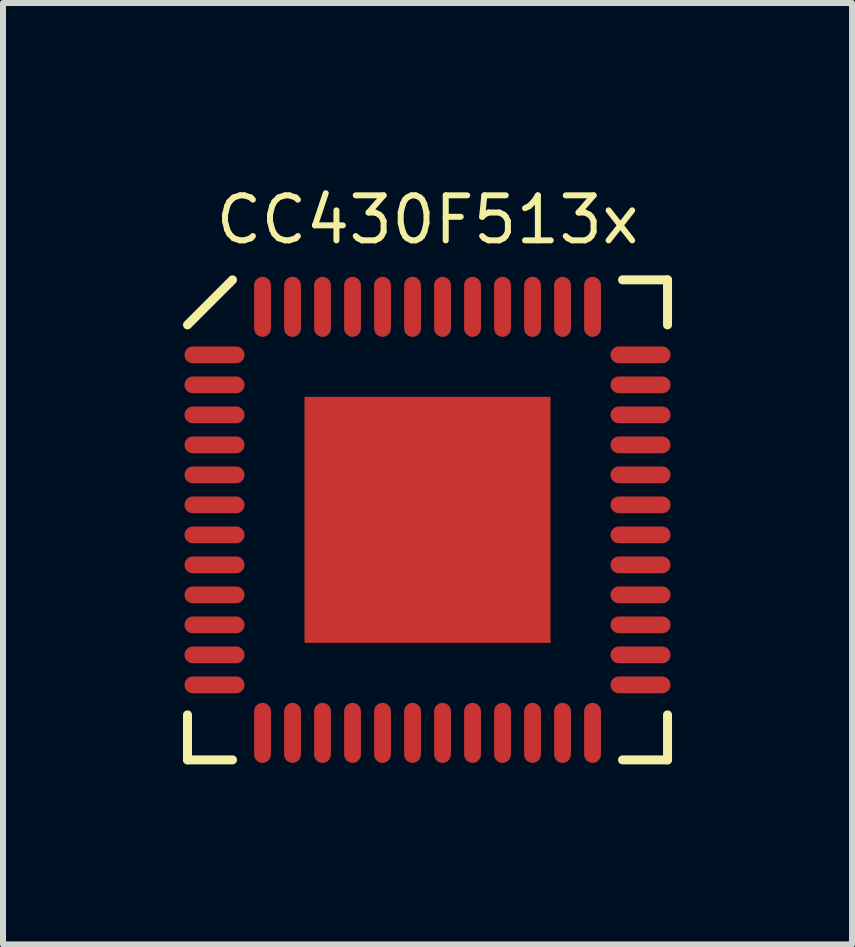
<source format=kicad_pcb>
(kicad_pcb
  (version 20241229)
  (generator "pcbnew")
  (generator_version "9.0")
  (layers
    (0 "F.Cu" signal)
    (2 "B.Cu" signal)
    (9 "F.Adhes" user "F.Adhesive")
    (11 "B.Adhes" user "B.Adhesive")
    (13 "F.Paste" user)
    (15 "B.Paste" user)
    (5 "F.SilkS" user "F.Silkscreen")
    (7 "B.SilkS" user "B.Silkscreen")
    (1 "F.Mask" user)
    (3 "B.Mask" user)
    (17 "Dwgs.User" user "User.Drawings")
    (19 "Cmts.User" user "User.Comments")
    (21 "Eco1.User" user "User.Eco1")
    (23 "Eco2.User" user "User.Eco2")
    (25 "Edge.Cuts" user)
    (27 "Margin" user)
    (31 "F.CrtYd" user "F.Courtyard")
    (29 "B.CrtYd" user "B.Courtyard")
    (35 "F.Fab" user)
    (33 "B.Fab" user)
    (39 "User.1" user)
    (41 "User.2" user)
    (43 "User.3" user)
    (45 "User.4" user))
  (footprint "CC430F513x"
    (layer "F.Cu")
    (at 4.075 5.614)
    (property "Reference" "CC430F513x" (at 0 -5 0) (layer "F.SilkS") (effects (font (size 0.75 0.75) (thickness 0.1))))
    (attr through_hole)
    (fp_line (start -4 -3.25) (end -3.25 -4) (stroke (width 0.15) (type solid)) (layer "F.SilkS"))
    (fp_line (start -4 4) (end -4 3.25) (stroke (width 0.15) (type solid)) (layer "F.SilkS"))
    (fp_line (start -3.25 4) (end -4 4) (stroke (width 0.15) (type solid)) (layer "F.SilkS"))
    (fp_line (start 3.25 -4) (end 4 -4) (stroke (width 0.15) (type solid)) (layer "F.SilkS"))
    (fp_line (start 3.25 4) (end 4 4) (stroke (width 0.15) (type solid)) (layer "F.SilkS"))
    (fp_line (start 4 -4) (end 4 -3.25) (stroke (width 0.15) (type solid)) (layer "F.SilkS"))
    (fp_line (start 4 4) (end 4 3.25) (stroke (width 0.15) (type solid)) (layer "F.SilkS"))
    (pad "1" smd oval (at -3.55 -2.75 90) (size 0.28 1) (layers "F.Cu" "F.Mask" "F.Paste"))
    (pad "2" smd oval (at -3.55 -2.25 90) (size 0.28 1) (layers "F.Cu" "F.Mask" "F.Paste"))
    (pad "3" smd oval (at -3.55 -1.75 90) (size 0.28 1) (layers "F.Cu" "F.Mask" "F.Paste"))
    (pad "4" smd oval (at -3.55 -1.25 90) (size 0.28 1) (layers "F.Cu" "F.Mask" "F.Paste"))
    (pad "5" smd oval (at -3.55 -0.75 90) (size 0.28 1) (layers "F.Cu" "F.Mask" "F.Paste"))
    (pad "6" smd oval (at -3.55 -0.25 90) (size 0.28 1) (layers "F.Cu" "F.Mask" "F.Paste"))
    (pad "7" smd oval (at -3.55 0.25 90) (size 0.28 1) (layers "F.Cu" "F.Mask" "F.Paste"))
    (pad "8" smd oval (at -3.55 0.75 90) (size 0.28 1) (layers "F.Cu" "F.Mask" "F.Paste"))
    (pad "9" smd oval (at -3.55 1.25 90) (size 0.28 1) (layers "F.Cu" "F.Mask" "F.Paste"))
    (pad "10" smd oval (at -3.55 1.75 90) (size 0.28 1) (layers "F.Cu" "F.Mask" "F.Paste"))
    (pad "11" smd oval (at -3.55 2.25 90) (size 0.28 1) (layers "F.Cu" "F.Mask" "F.Paste"))
    (pad "12" smd oval (at -3.55 2.75 90) (size 0.28 1) (layers "F.Cu" "F.Mask" "F.Paste"))
    (pad "13" smd oval (at -2.75 3.55 180) (size 0.28 1) (layers "F.Cu" "F.Mask" "F.Paste"))
    (pad "14" smd oval (at -2.25 3.55 180) (size 0.28 1) (layers "F.Cu" "F.Mask" "F.Paste"))
    (pad "15" smd oval (at -1.75 3.55 180) (size 0.28 1) (layers "F.Cu" "F.Mask" "F.Paste"))
    (pad "16" smd oval (at -1.25 3.55 180) (size 0.28 1) (layers "F.Cu" "F.Mask" "F.Paste"))
    (pad "17" smd oval (at -0.75 3.55 180) (size 0.28 1) (layers "F.Cu" "F.Mask" "F.Paste"))
    (pad "18" smd oval (at -0.25 3.55 180) (size 0.28 1) (layers "F.Cu" "F.Mask" "F.Paste"))
    (pad "19" smd oval (at 0.25 3.55 180) (size 0.28 1) (layers "F.Cu" "F.Mask" "F.Paste"))
    (pad "20" smd oval (at 0.75 3.55 180) (size 0.28 1) (layers "F.Cu" "F.Mask" "F.Paste"))
    (pad "21" smd oval (at 1.25 3.55 180) (size 0.28 1) (layers "F.Cu" "F.Mask" "F.Paste"))
    (pad "22" smd oval (at 1.75 3.55 180) (size 0.28 1) (layers "F.Cu" "F.Mask" "F.Paste"))
    (pad "23" smd oval (at 2.25 3.55 180) (size 0.28 1) (layers "F.Cu" "F.Mask" "F.Paste"))
    (pad "24" smd oval (at 2.75 3.55 180) (size 0.28 1) (layers "F.Cu" "F.Mask" "F.Paste"))
    (pad "25" smd oval (at 3.55 2.75 270) (size 0.28 1) (layers "F.Cu" "F.Mask" "F.Paste"))
    (pad "26" smd oval (at 3.55 2.25 270) (size 0.28 1) (layers "F.Cu" "F.Mask" "F.Paste"))
    (pad "27" smd oval (at 3.55 1.75 270) (size 0.28 1) (layers "F.Cu" "F.Mask" "F.Paste"))
    (pad "28" smd oval (at 3.55 1.25 270) (size 0.28 1) (layers "F.Cu" "F.Mask" "F.Paste"))
    (pad "29" smd oval (at 3.55 0.75 270) (size 0.28 1) (layers "F.Cu" "F.Mask" "F.Paste"))
    (pad "30" smd oval (at 3.55 0.25 270) (size 0.28 1) (layers "F.Cu" "F.Mask" "F.Paste"))
    (pad "31" smd oval (at 3.55 -0.25 270) (size 0.28 1) (layers "F.Cu" "F.Mask" "F.Paste"))
    (pad "32" smd oval (at 3.55 -0.75 270) (size 0.28 1) (layers "F.Cu" "F.Mask" "F.Paste"))
    (pad "33" smd oval (at 3.55 -1.25 270) (size 0.28 1) (layers "F.Cu" "F.Mask" "F.Paste"))
    (pad "34" smd oval (at 3.55 -1.75 270) (size 0.28 1) (layers "F.Cu" "F.Mask" "F.Paste"))
    (pad "35" smd oval (at 3.55 -2.25 270) (size 0.28 1) (layers "F.Cu" "F.Mask" "F.Paste"))
    (pad "36" smd oval (at 3.55 -2.75 270) (size 0.28 1) (layers "F.Cu" "F.Mask" "F.Paste"))
    (pad "37" smd oval (at 2.75 -3.55) (size 0.28 1) (layers "F.Cu" "F.Mask" "F.Paste"))
    (pad "38" smd oval (at 2.25 -3.55) (size 0.28 1) (layers "F.Cu" "F.Mask" "F.Paste"))
    (pad "39" smd oval (at 1.75 -3.55) (size 0.28 1) (layers "F.Cu" "F.Mask" "F.Paste"))
    (pad "40" smd oval (at 1.25 -3.55) (size 0.28 1) (layers "F.Cu" "F.Mask" "F.Paste"))
    (pad "41" smd oval (at 0.75 -3.55) (size 0.28 1) (layers "F.Cu" "F.Mask" "F.Paste"))
    (pad "42" smd oval (at 0.25 -3.55) (size 0.28 1) (layers "F.Cu" "F.Mask" "F.Paste"))
    (pad "43" smd oval (at -0.25 -3.55) (size 0.28 1) (layers "F.Cu" "F.Mask" "F.Paste"))
    (pad "44" smd oval (at -0.75 -3.55) (size 0.28 1) (layers "F.Cu" "F.Mask" "F.Paste"))
    (pad "45" smd oval (at -1.25 -3.55) (size 0.28 1) (layers "F.Cu" "F.Mask" "F.Paste"))
    (pad "46" smd oval (at -1.75 -3.55) (size 0.28 1) (layers "F.Cu" "F.Mask" "F.Paste"))
    (pad "47" smd oval (at -2.25 -3.55) (size 0.28 1) (layers "F.Cu" "F.Mask" "F.Paste"))
    (pad "48" smd oval (at -2.75 -3.55) (size 0.28 1) (layers "F.Cu" "F.Mask" "F.Paste"))
    (pad "49" smd rect (at 0 0) (size 4.1 4.1) (layers "F.Cu" "F.Mask" "F.Paste")))
  (gr_rect
    (start -3 -3)
    (end 11.15 12.689)
    (stroke (width 0.1) (type default))
    (fill no)
    (layer "Edge.Cuts")))
</source>
